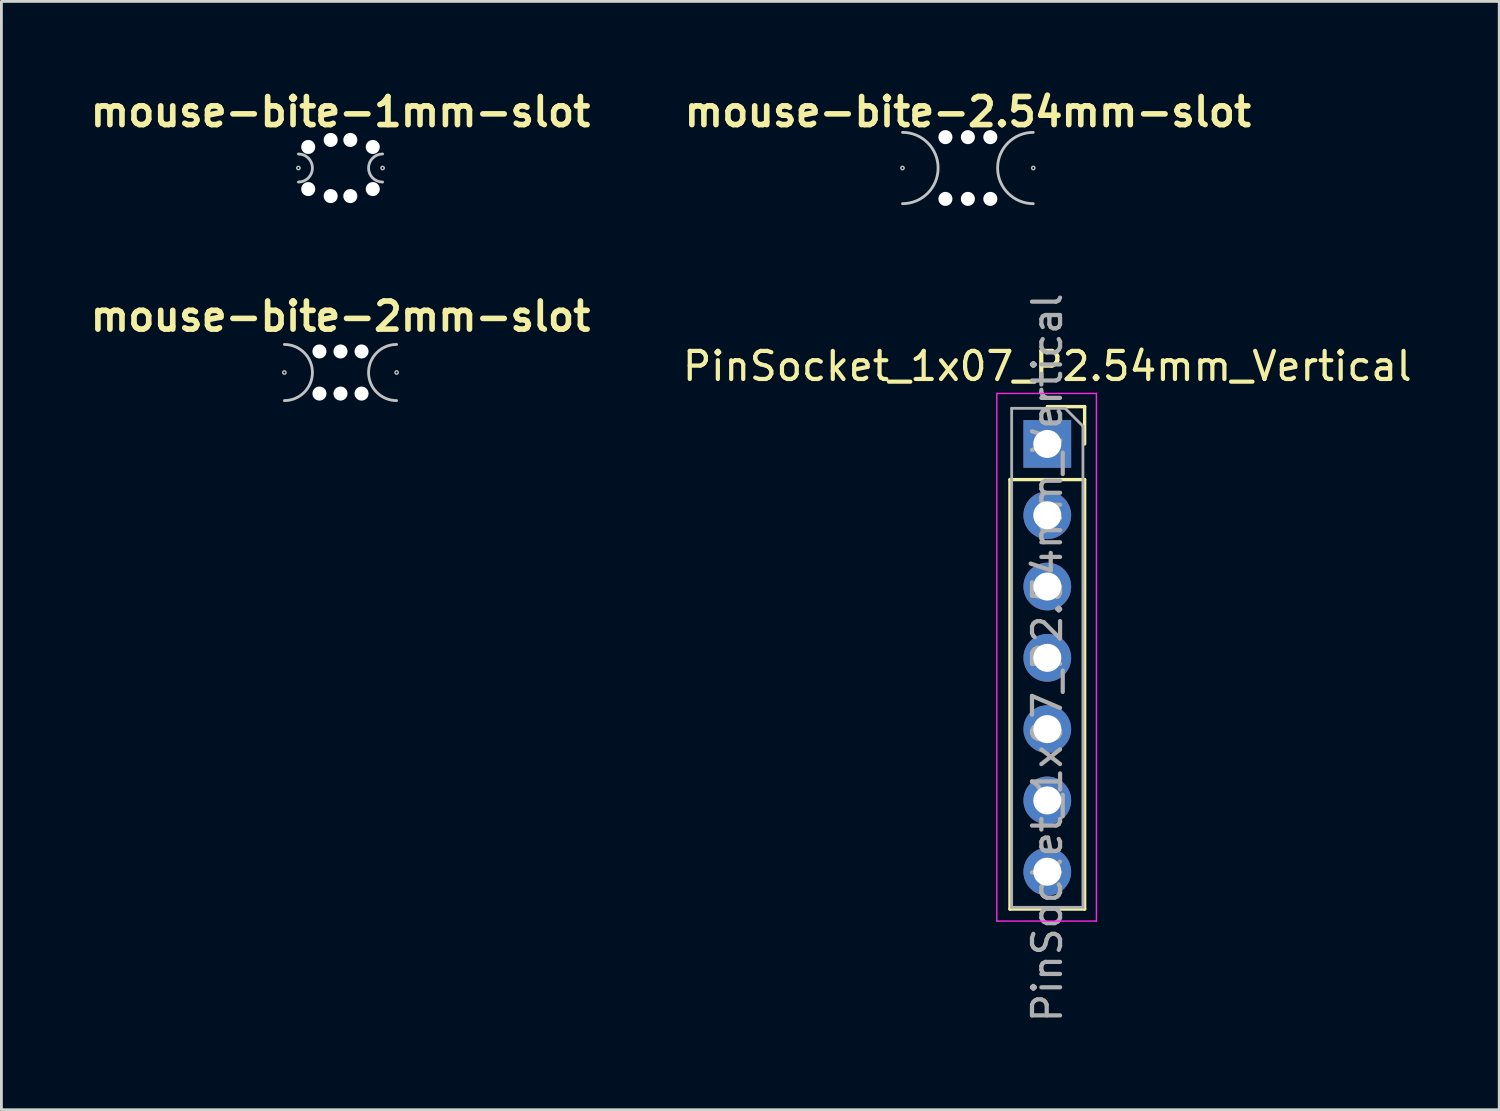
<source format=kicad_pcb>
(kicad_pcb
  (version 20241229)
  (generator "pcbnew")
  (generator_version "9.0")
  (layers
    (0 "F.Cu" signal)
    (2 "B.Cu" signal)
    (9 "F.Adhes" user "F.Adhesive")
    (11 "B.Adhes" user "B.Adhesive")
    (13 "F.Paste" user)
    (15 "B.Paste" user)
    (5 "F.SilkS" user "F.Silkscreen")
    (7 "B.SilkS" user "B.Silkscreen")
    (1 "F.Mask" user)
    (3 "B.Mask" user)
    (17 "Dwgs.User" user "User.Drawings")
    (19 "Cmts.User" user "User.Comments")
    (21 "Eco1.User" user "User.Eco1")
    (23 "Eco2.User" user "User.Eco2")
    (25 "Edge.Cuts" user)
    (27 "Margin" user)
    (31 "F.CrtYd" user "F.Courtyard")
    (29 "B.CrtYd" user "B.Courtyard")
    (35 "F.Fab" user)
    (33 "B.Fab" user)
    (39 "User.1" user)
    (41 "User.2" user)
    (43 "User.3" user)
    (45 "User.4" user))
  (footprint "mouse-bite-2.54mm-slot"
    (layer "F.Cu")
    (at 31.433 2.936)
    (property "Reference" "mouse-bite-2.54mm-slot" (at 0 -2 0) (layer "F.SilkS") (effects (font (size 1 1) (thickness 0.2))))
    (attr through_hole)
    (fp_arc (start -2.33 -1.27) (mid -1.06 0) (end -2.33 1.27) (stroke (width 0.1) (type solid)) (layer "Dwgs.User"))
    (fp_arc (start 2.33 1.27) (mid 1.06 0) (end 2.33 -1.27) (stroke (width 0.1) (type solid)) (layer "Dwgs.User"))
    (fp_circle (center -2.33 0) (end -2.27 0) (stroke (width 0.05) (type solid)) (fill no) (layer "Dwgs.User"))
    (fp_circle (center 2.33 0) (end 2.33 -0.06) (stroke (width 0.05) (type solid)) (fill no) (layer "Dwgs.User"))
    (fp_line (start -2.33 0) (end -2.33 0) (stroke (width 2.54) (type solid)) (layer "Eco1.User"))
    (fp_line (start 2.33 0) (end 2.33 0) (stroke (width 2.54) (type solid)) (layer "Eco1.User"))
    (pad "" np_thru_hole circle (at -0.8 -1.1) (size 0.5 0.5) (drill 0.5) (layers "*.Cu" "*.Mask"))
    (pad "" np_thru_hole circle (at -0.8 1.1) (size 0.5 0.5) (drill 0.5) (layers "*.Cu" "*.Mask"))
    (pad "" np_thru_hole circle (at 0 -1.1) (size 0.5 0.5) (drill 0.5) (layers "*.Cu" "*.Mask"))
    (pad "" np_thru_hole circle (at 0 1.1) (size 0.5 0.5) (drill 0.5) (layers "*.Cu" "*.Mask"))
    (pad "" np_thru_hole circle (at 0.8 -1.1) (size 0.5 0.5) (drill 0.5) (layers "*.Cu" "*.Mask"))
    (pad "" np_thru_hole circle (at 0.8 1.1) (size 0.5 0.5) (drill 0.5) (layers "*.Cu" "*.Mask")))
  (footprint "PinSocket_1x07_P2.54mm_Vertical"
    (layer "F.Cu")
    (at 34.263 12.767)
    (property "Reference" "PinSocket_1x07_P2.54mm_Vertical" (at 0 -2.77 0) (layer "F.SilkS") (effects (font (size 1 1) (thickness 0.15))))
    (attr through_hole)
    (fp_line (start -1.33 1.27) (end -1.33 16.57) (stroke (width 0.12) (type solid)) (layer "F.SilkS"))
    (fp_line (start -1.33 1.27) (end 1.33 1.27) (stroke (width 0.12) (type solid)) (layer "F.SilkS"))
    (fp_line (start -1.33 16.57) (end 1.33 16.57) (stroke (width 0.12) (type solid)) (layer "F.SilkS"))
    (fp_line (start 0 -1.33) (end 1.33 -1.33) (stroke (width 0.12) (type solid)) (layer "F.SilkS"))
    (fp_line (start 1.33 -1.33) (end 1.33 0) (stroke (width 0.12) (type solid)) (layer "F.SilkS"))
    (fp_line (start 1.33 1.27) (end 1.33 16.57) (stroke (width 0.12) (type solid)) (layer "F.SilkS"))
    (fp_line (start -1.8 -1.8) (end 1.75 -1.8) (stroke (width 0.05) (type solid)) (layer "F.CrtYd"))
    (fp_line (start -1.8 17) (end -1.8 -1.8) (stroke (width 0.05) (type solid)) (layer "F.CrtYd"))
    (fp_line (start 1.75 -1.8) (end 1.75 17) (stroke (width 0.05) (type solid)) (layer "F.CrtYd"))
    (fp_line (start 1.75 17) (end -1.8 17) (stroke (width 0.05) (type solid)) (layer "F.CrtYd"))
    (fp_line (start -1.27 -1.27) (end 0.635 -1.27) (stroke (width 0.1) (type solid)) (layer "F.Fab"))
    (fp_line (start -1.27 16.51) (end -1.27 -1.27) (stroke (width 0.1) (type solid)) (layer "F.Fab"))
    (fp_line (start 0.635 -1.27) (end 1.27 -0.635) (stroke (width 0.1) (type solid)) (layer "F.Fab"))
    (fp_line (start 1.27 -0.635) (end 1.27 16.51) (stroke (width 0.1) (type solid)) (layer "F.Fab"))
    (fp_line (start 1.27 16.51) (end -1.27 16.51) (stroke (width 0.1) (type solid)) (layer "F.Fab"))
    (fp_text user "${REFERENCE}" (at 0 7.62 90) (layer "F.Fab") (effects (font (size 1 1) (thickness 0.15))))
    (pad "1" thru_hole rect (at 0 0) (size 1.7 1.7) (drill 1) (layers "*.Cu" "*.Mask"))
    (pad "2" thru_hole oval (at 0 2.54) (size 1.7 1.7) (drill 1) (layers "*.Cu" "*.Mask"))
    (pad "3" thru_hole oval (at 0 5.08) (size 1.7 1.7) (drill 1) (layers "*.Cu" "*.Mask"))
    (pad "4" thru_hole oval (at 0 7.62) (size 1.7 1.7) (drill 1) (layers "*.Cu" "*.Mask"))
    (pad "5" thru_hole oval (at 0 10.16) (size 1.7 1.7) (drill 1) (layers "*.Cu" "*.Mask"))
    (pad "6" thru_hole oval (at 0 12.7) (size 1.7 1.7) (drill 1) (layers "*.Cu" "*.Mask"))
    (pad "7" thru_hole oval (at 0 15.24) (size 1.7 1.7) (drill 1) (layers "*.Cu" "*.Mask")))
  (footprint "mouse-bite-2mm-slot"
    (layer "F.Cu")
    (at 9.081 10.222)
    (property "Reference" "mouse-bite-2mm-slot" (at 0 -2 0) (layer "F.SilkS") (effects (font (size 1 1) (thickness 0.2))))
    (attr through_hole)
    (fp_arc (start -2 -1) (mid -1 0) (end -2 1) (stroke (width 0.1) (type solid)) (layer "Dwgs.User"))
    (fp_arc (start 2 1) (mid 1 0) (end 2 -1) (stroke (width 0.1) (type solid)) (layer "Dwgs.User"))
    (fp_circle (center -2 0) (end -2 -0.06) (stroke (width 0.05) (type solid)) (fill no) (layer "Dwgs.User"))
    (fp_circle (center 2 0) (end 2.06 0) (stroke (width 0.05) (type solid)) (fill no) (layer "Dwgs.User"))
    (fp_line (start -2 0) (end -2 0) (stroke (width 2) (type solid)) (layer "Eco1.User"))
    (fp_line (start 2 0) (end 2 0) (stroke (width 2) (type solid)) (layer "Eco1.User"))
    (pad "" np_thru_hole circle (at -0.75 -0.75) (size 0.5 0.5) (drill 0.5) (layers "*.Cu" "*.Mask"))
    (pad "" np_thru_hole circle (at -0.75 0.75) (size 0.5 0.5) (drill 0.5) (layers "*.Cu" "*.Mask"))
    (pad "" np_thru_hole circle (at 0 -0.75) (size 0.5 0.5) (drill 0.5) (layers "*.Cu" "*.Mask"))
    (pad "" np_thru_hole circle (at 0 0.75) (size 0.5 0.5) (drill 0.5) (layers "*.Cu" "*.Mask"))
    (pad "" np_thru_hole circle (at 0.75 -0.75) (size 0.5 0.5) (drill 0.5) (layers "*.Cu" "*.Mask"))
    (pad "" np_thru_hole circle (at 0.75 0.75) (size 0.5 0.5) (drill 0.5) (layers "*.Cu" "*.Mask")))
  (footprint "mouse-bite-1mm-slot"
    (layer "F.Cu")
    (at 9.081 2.936)
    (property "Reference" "mouse-bite-1mm-slot" (at 0 -2 0) (layer "F.SilkS") (effects (font (size 1 1) (thickness 0.2))))
    (attr through_hole)
    (fp_arc (start -1.5 -0.5) (mid -1 0) (end -1.5 0.5) (stroke (width 0.1) (type solid)) (layer "Dwgs.User"))
    (fp_arc (start 1.5 0.5) (mid 1 0) (end 1.5 -0.5) (stroke (width 0.1) (type solid)) (layer "Dwgs.User"))
    (fp_circle (center -1.5 0) (end -1.44 0) (stroke (width 0.05) (type solid)) (fill no) (layer "Dwgs.User"))
    (fp_circle (center 1.5 0) (end 1.56 0) (stroke (width 0.05) (type solid)) (fill no) (layer "Dwgs.User"))
    (fp_line (start -1.5 0) (end -1.5 0) (stroke (width 1) (type solid)) (layer "Eco1.User"))
    (fp_line (start 1.5 0) (end 1.5 0) (stroke (width 1) (type solid)) (layer "Eco1.User"))
    (pad "" np_thru_hole circle (at -1.15 -0.75) (size 0.5 0.5) (drill 0.5) (layers "*.Cu" "*.Mask"))
    (pad "" np_thru_hole circle (at -1.15 0.75) (size 0.5 0.5) (drill 0.5) (layers "*.Cu" "*.Mask"))
    (pad "" np_thru_hole circle (at -0.35 -1) (size 0.5 0.5) (drill 0.5) (layers "*.Cu" "*.Mask"))
    (pad "" np_thru_hole circle (at -0.35 1) (size 0.5 0.5) (drill 0.5) (layers "*.Cu" "*.Mask"))
    (pad "" np_thru_hole circle (at 0.35 -1) (size 0.5 0.5) (drill 0.5) (layers "*.Cu" "*.Mask"))
    (pad "" np_thru_hole circle (at 0.35 1) (size 0.5 0.5) (drill 0.5) (layers "*.Cu" "*.Mask"))
    (pad "" np_thru_hole circle (at 1.15 -0.75) (size 0.5 0.5) (drill 0.5) (layers "*.Cu" "*.Mask"))
    (pad "" np_thru_hole circle (at 1.15 0.75) (size 0.5 0.5) (drill 0.5) (layers "*.Cu" "*.Mask")))
  (gr_rect
    (start -3 -3)
    (end 50.364 36.488)
    (stroke (width 0.1) (type default))
    (fill no)
    (layer "Edge.Cuts")))
</source>
